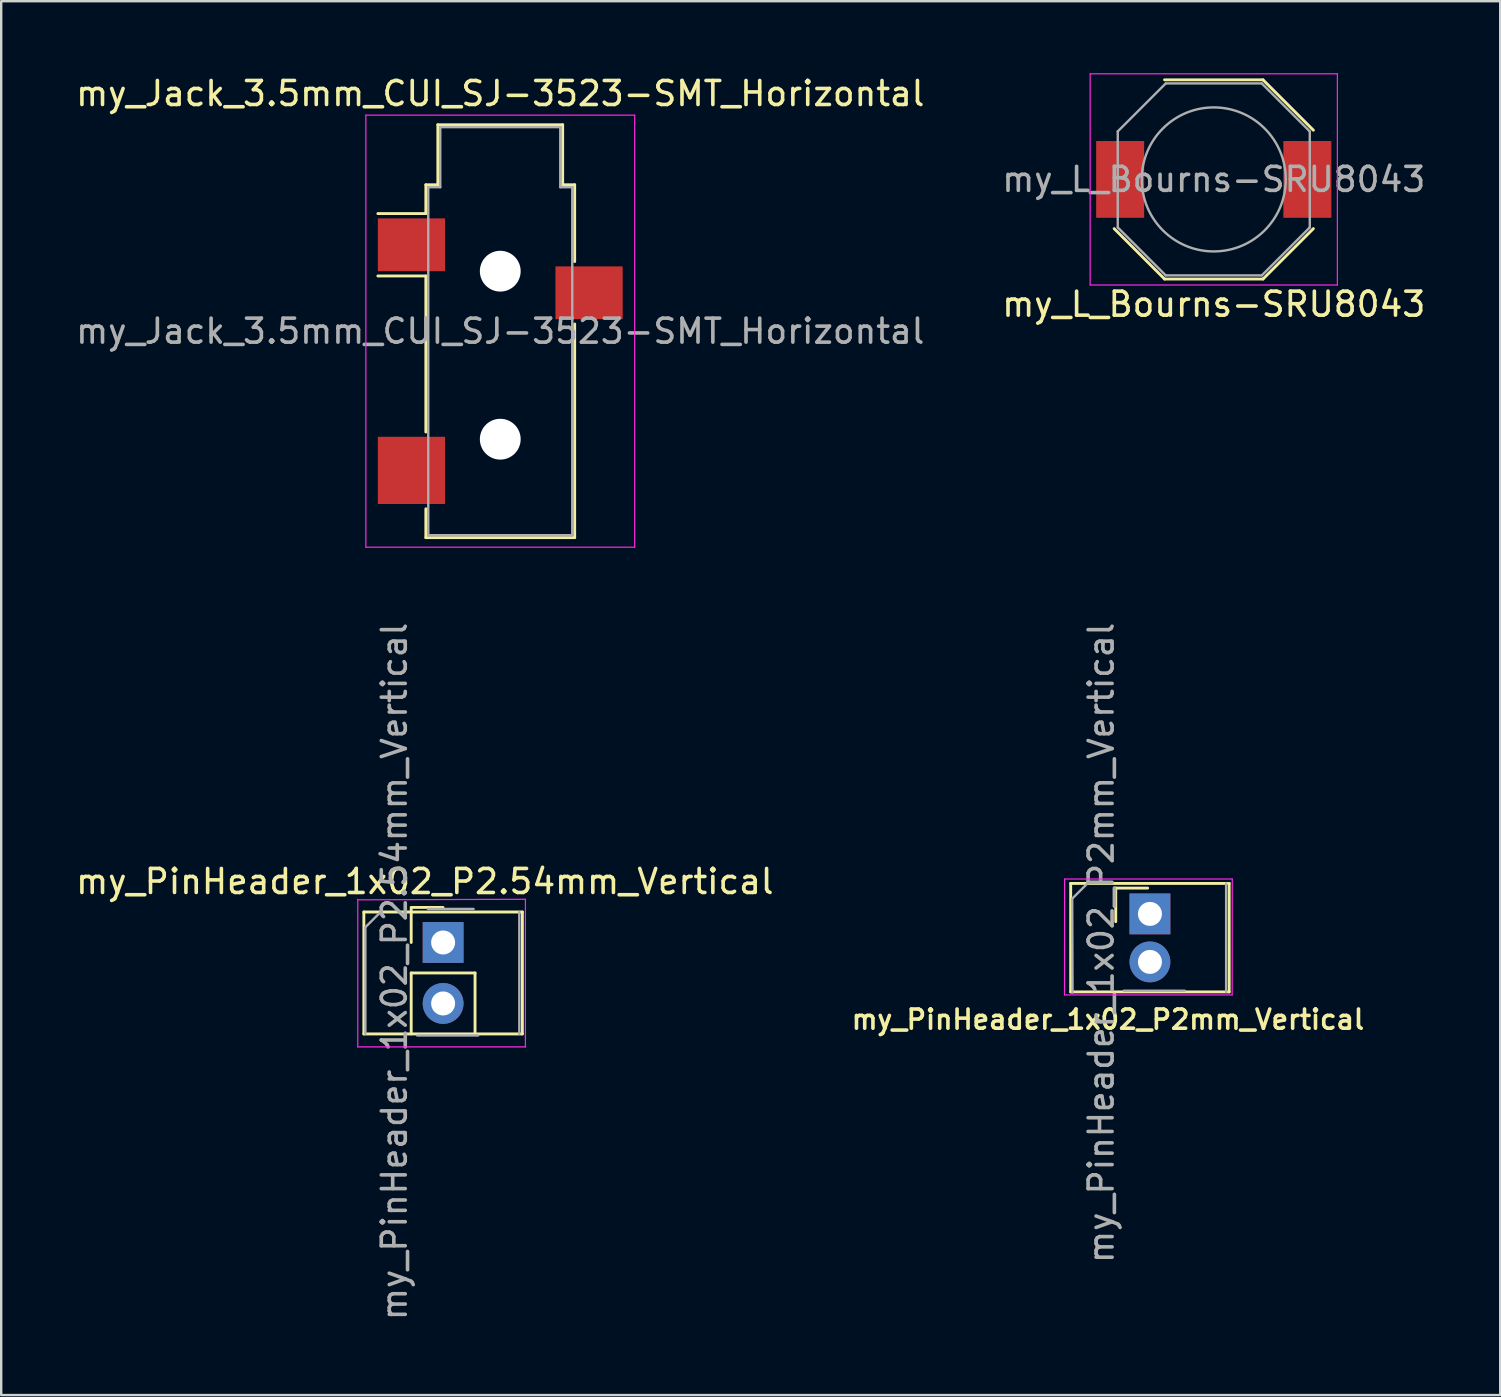
<source format=kicad_pcb>
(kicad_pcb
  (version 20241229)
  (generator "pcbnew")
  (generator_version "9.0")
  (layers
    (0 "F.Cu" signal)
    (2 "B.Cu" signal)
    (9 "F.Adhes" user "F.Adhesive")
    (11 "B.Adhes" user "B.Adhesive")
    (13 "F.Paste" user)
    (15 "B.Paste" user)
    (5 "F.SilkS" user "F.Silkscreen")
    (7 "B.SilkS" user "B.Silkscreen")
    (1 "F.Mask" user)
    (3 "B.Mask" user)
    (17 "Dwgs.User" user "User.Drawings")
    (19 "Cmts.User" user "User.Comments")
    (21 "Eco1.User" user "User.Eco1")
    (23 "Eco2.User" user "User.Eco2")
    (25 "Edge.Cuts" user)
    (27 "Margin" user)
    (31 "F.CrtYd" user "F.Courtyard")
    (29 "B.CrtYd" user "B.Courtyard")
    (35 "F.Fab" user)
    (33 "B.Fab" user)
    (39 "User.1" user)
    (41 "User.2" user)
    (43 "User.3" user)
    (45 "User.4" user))
  (footprint "my_L_Bourns-SRU8043"
    (layer "F.Cu")
    (at 47.518 4.425)
    (property "Reference" "my_L_Bourns-SRU8043" (at 0 5.2 0) (layer "F.SilkS") (effects (font (size 1 1) (thickness 0.15))))
    (attr smd)
    (fp_line (start -2.05 -4.15) (end 2.05 -4.15) (stroke (width 0.12) (type solid)) (layer "F.SilkS"))
    (fp_line (start -2.05 4.15) (end -4.15 2.05) (stroke (width 0.12) (type solid)) (layer "F.SilkS"))
    (fp_line (start 2.05 -4.15) (end 4.15 -2.05) (stroke (width 0.12) (type solid)) (layer "F.SilkS"))
    (fp_line (start 2.05 4.15) (end -2.05 4.15) (stroke (width 0.12) (type solid)) (layer "F.SilkS"))
    (fp_line (start 2.05 4.15) (end 4.15 2.05) (stroke (width 0.12) (type solid)) (layer "F.SilkS"))
    (fp_line (start -5.15 -4.4) (end 5.15 -4.4) (stroke (width 0.05) (type solid)) (layer "F.CrtYd"))
    (fp_line (start -5.15 4.4) (end -5.15 -4.4) (stroke (width 0.05) (type solid)) (layer "F.CrtYd"))
    (fp_line (start 5.15 -4.4) (end 5.15 4.4) (stroke (width 0.05) (type solid)) (layer "F.CrtYd"))
    (fp_line (start 5.15 4.4) (end -5.15 4.4) (stroke (width 0.05) (type solid)) (layer "F.CrtYd"))
    (fp_line (start -4 -2) (end -2 -4) (stroke (width 0.1) (type solid)) (layer "F.Fab"))
    (fp_line (start -4 2) (end -4 -2) (stroke (width 0.1) (type solid)) (layer "F.Fab"))
    (fp_line (start -2 -4) (end 2 -4) (stroke (width 0.1) (type solid)) (layer "F.Fab"))
    (fp_line (start -2 4) (end -4 2) (stroke (width 0.1) (type solid)) (layer "F.Fab"))
    (fp_line (start 2 -4) (end 4 -2) (stroke (width 0.1) (type solid)) (layer "F.Fab"))
    (fp_line (start 2 4) (end -2 4) (stroke (width 0.1) (type solid)) (layer "F.Fab"))
    (fp_line (start 4 -2) (end 4 2) (stroke (width 0.1) (type solid)) (layer "F.Fab"))
    (fp_line (start 4 2) (end 2 4) (stroke (width 0.1) (type solid)) (layer "F.Fab"))
    (fp_circle (center 0 0) (end 0 -3) (stroke (width 0.1) (type solid)) (fill no) (layer "F.Fab"))
    (fp_text user "${REFERENCE}" (at 0 0 0) (layer "F.Fab") (effects (font (size 1 1) (thickness 0.15))))
    (pad "1" smd rect (at -3.9 0) (size 2 3.2) (layers "F.Cu" "F.Mask" "F.Paste"))
    (pad "2" smd rect (at 3.9 0) (size 2 3.2) (layers "F.Cu" "F.Mask" "F.Paste")))
  (footprint "my_PinHeader_1x02_P2.54mm_Vertical"
    (layer "F.Cu")
    (at 15.411 36.216)
    (property "Reference" "my_PinHeader_1x02_P2.54mm_Vertical" (at -0.762 -2.54 0) (layer "F.SilkS") (effects (font (size 1 1) (thickness 0.15))))
    (attr through_hole)
    (fp_line (start -3.302 -1.27) (end -3.302 3.81) (stroke (width 0.12) (type solid)) (layer "F.SilkS"))
    (fp_line (start -1.333 -1.46) (end -0.004 -1.46) (stroke (width 0.12) (type solid)) (layer "F.SilkS"))
    (fp_line (start -1.33 0) (end -1.33 -1.397) (stroke (width 0.12) (type solid)) (layer "F.SilkS"))
    (fp_line (start -1.33 1.27) (end -1.33 3.81) (stroke (width 0.12) (type solid)) (layer "F.SilkS"))
    (fp_line (start -1.33 1.27) (end 1.33 1.27) (stroke (width 0.12) (type solid)) (layer "F.SilkS"))
    (fp_line (start 1.33 1.27) (end 1.33 3.81) (stroke (width 0.12) (type solid)) (layer "F.SilkS"))
    (fp_line (start 3.302 -1.27) (end -3.302 -1.27) (stroke (width 0.12) (type solid)) (layer "F.SilkS"))
    (fp_line (start 3.302 -1.27) (end 3.302 3.81) (stroke (width 0.12) (type solid)) (layer "F.SilkS"))
    (fp_line (start 3.302 3.81) (end -3.302 3.81) (stroke (width 0.12) (type solid)) (layer "F.SilkS"))
    (fp_line (start -3.556 -1.8) (end -3.556 4.35) (stroke (width 0.05) (type solid)) (layer "F.CrtYd"))
    (fp_line (start -3.556 4.35) (end 3.429 4.35) (stroke (width 0.05) (type solid)) (layer "F.CrtYd"))
    (fp_line (start 3.429 -1.8) (end -3.556 -1.778) (stroke (width 0.05) (type solid)) (layer "F.CrtYd"))
    (fp_line (start 3.429 4.35) (end 3.429 -1.8) (stroke (width 0.05) (type solid)) (layer "F.CrtYd"))
    (fp_line (start -3.239 -0.635) (end -2.603 -1.27) (stroke (width 0.1) (type solid)) (layer "F.Fab"))
    (fp_line (start -3.239 3.81) (end -3.239 -0.635) (stroke (width 0.1) (type solid)) (layer "F.Fab"))
    (fp_line (start -0.635 -1.397) (end 1.27 -1.397) (stroke (width 0.1) (type solid)) (layer "F.Fab"))
    (fp_line (start 1.46 3.873) (end -1.079 3.873) (stroke (width 0.1) (type solid)) (layer "F.Fab"))
    (fp_line (start 3.175 -1.27) (end 3.175 3.81) (stroke (width 0.1) (type solid)) (layer "F.Fab"))
    (fp_text user "${REFERENCE}" (at -2.032 1.206 90) (layer "F.Fab") (effects (font (size 1 1) (thickness 0.15))))
    (pad "1" thru_hole rect (at 0 0) (size 1.7 1.7) (drill 1) (layers "*.Cu" "*.Mask"))
    (pad "2" thru_hole oval (at 0 2.54) (size 1.7 1.7) (drill 1) (layers "*.Cu" "*.Mask")))
  (footprint "my_PinHeader_1x02_P2mm_Vertical"
    (layer "F.Cu")
    (at 44.859 35.025)
    (property "Reference" "my_PinHeader_1x02_P2mm_Vertical" (at -1.75 4.4 0) (layer "F.SilkS") (effects (font (size 0.8 0.8) (thickness 0.15))))
    (attr through_hole)
    (fp_line (start -3.302 -1.27) (end -3.302 3.25) (stroke (width 0.12) (type solid)) (layer "F.SilkS"))
    (fp_line (start -1.425 -1.075) (end -0.095 -1.075) (stroke (width 0.12) (type solid)) (layer "F.SilkS"))
    (fp_line (start -1.425 0.322) (end -1.425 -1.075) (stroke (width 0.12) (type solid)) (layer "F.SilkS"))
    (fp_line (start 3.302 -1.27) (end -3.302 -1.27) (stroke (width 0.12) (type solid)) (layer "F.SilkS"))
    (fp_line (start 3.302 -1.27) (end 3.302 3.25) (stroke (width 0.12) (type solid)) (layer "F.SilkS"))
    (fp_line (start 3.302 3.25) (end -3.302 3.25) (stroke (width 0.12) (type solid)) (layer "F.SilkS"))
    (fp_line (start -3.56 3.375) (end 3.425 3.375) (stroke (width 0.05) (type solid)) (layer "F.CrtYd"))
    (fp_line (start -3.556 -1.453) (end -3.56 3.375) (stroke (width 0.05) (type solid)) (layer "F.CrtYd"))
    (fp_line (start 3.425 3.375) (end 3.429 -1.453) (stroke (width 0.05) (type solid)) (layer "F.CrtYd"))
    (fp_line (start 3.429 -1.453) (end -3.556 -1.453) (stroke (width 0.05) (type solid)) (layer "F.CrtYd"))
    (fp_line (start -3.239 -0.635) (end -2.603 -1.27) (stroke (width 0.1) (type solid)) (layer "F.Fab"))
    (fp_line (start -3.225 3.275) (end -3.239 -0.635) (stroke (width 0.1) (type solid)) (layer "F.Fab"))
    (fp_line (start 1.45 3.2) (end -1.09 3.2) (stroke (width 0.1) (type solid)) (layer "F.Fab"))
    (fp_line (start 3.175 -1.27) (end 3.175 3.25) (stroke (width 0.1) (type solid)) (layer "F.Fab"))
    (fp_text user "${REFERENCE}" (at -2.032 1.206 90) (layer "F.Fab") (effects (font (size 1 1) (thickness 0.15))))
    (pad "1" thru_hole rect (at 0 0) (size 1.7 1.7) (drill 1) (layers "*.Cu" "*.Mask"))
    (pad "2" thru_hole oval (at 0 2) (size 1.7 1.7) (drill 1) (layers "*.Cu" "*.Mask")))
  (footprint "my_Jack_3.5mm_CUI_SJ-3523-SMT_Horizontal"
    (layer "F.Cu")
    (at 17.792 10.748)
    (property "Reference" "my_Jack_3.5mm_CUI_SJ-3523-SMT_Horizontal" (at 0 -9.9 0) (layer "F.SilkS") (effects (font (size 1 1) (thickness 0.15))))
    (attr smd)
    (fp_line (start -3.1 -6.1) (end -2.6 -6.1) (stroke (width 0.12) (type solid)) (layer "F.SilkS"))
    (fp_line (start -3.1 -4.9) (end -5.1 -4.9) (stroke (width 0.12) (type solid)) (layer "F.SilkS"))
    (fp_line (start -3.1 -4.9) (end -3.1 -6.1) (stroke (width 0.12) (type solid)) (layer "F.SilkS"))
    (fp_line (start -3.1 -2.3) (end -5.1 -2.3) (stroke (width 0.12) (type solid)) (layer "F.SilkS"))
    (fp_line (start -3.1 4.2) (end -3.1 -2.3) (stroke (width 0.12) (type solid)) (layer "F.SilkS"))
    (fp_line (start -3.1 8.6) (end -3.1 7.4) (stroke (width 0.12) (type solid)) (layer "F.SilkS"))
    (fp_line (start -2.6 -8.6) (end 2.6 -8.6) (stroke (width 0.12) (type solid)) (layer "F.SilkS"))
    (fp_line (start -2.6 -6.1) (end -2.6 -8.6) (stroke (width 0.12) (type solid)) (layer "F.SilkS"))
    (fp_line (start 2.6 -8.6) (end 2.6 -6.1) (stroke (width 0.12) (type solid)) (layer "F.SilkS"))
    (fp_line (start 2.6 -6.1) (end 3.1 -6.1) (stroke (width 0.12) (type solid)) (layer "F.SilkS"))
    (fp_line (start 3.1 -6.1) (end 3.1 -2.9) (stroke (width 0.12) (type solid)) (layer "F.SilkS"))
    (fp_line (start 3.1 -0.3) (end 3.1 8.6) (stroke (width 0.12) (type solid)) (layer "F.SilkS"))
    (fp_line (start 3.1 8.6) (end -3.1 8.6) (stroke (width 0.12) (type solid)) (layer "F.SilkS"))
    (fp_line (start -5.6 -9) (end 5.6 -9) (stroke (width 0.05) (type solid)) (layer "F.CrtYd"))
    (fp_line (start -5.6 9) (end -5.6 -9) (stroke (width 0.05) (type solid)) (layer "F.CrtYd"))
    (fp_line (start 5.6 -9) (end 5.6 9) (stroke (width 0.05) (type solid)) (layer "F.CrtYd"))
    (fp_line (start 5.6 9) (end -5.6 9) (stroke (width 0.05) (type solid)) (layer "F.CrtYd"))
    (fp_line (start -3 -6) (end -2.5 -6) (stroke (width 0.1) (type solid)) (layer "F.Fab"))
    (fp_line (start -3 8.5) (end -3 -6) (stroke (width 0.1) (type solid)) (layer "F.Fab"))
    (fp_line (start -2.5 -8.5) (end 2.5 -8.5) (stroke (width 0.1) (type solid)) (layer "F.Fab"))
    (fp_line (start -2.5 -6) (end -2.5 -8.5) (stroke (width 0.1) (type solid)) (layer "F.Fab"))
    (fp_line (start 2.5 -8.5) (end 2.5 -6) (stroke (width 0.1) (type solid)) (layer "F.Fab"))
    (fp_line (start 2.5 -6) (end 3 -6) (stroke (width 0.1) (type solid)) (layer "F.Fab"))
    (fp_line (start 3 -6) (end 3 8.5) (stroke (width 0.1) (type solid)) (layer "F.Fab"))
    (fp_line (start 3 8.5) (end -3 8.5) (stroke (width 0.1) (type solid)) (layer "F.Fab"))
    (fp_text user "${REFERENCE}" (at 0 0 0) (layer "F.Fab") (effects (font (size 1 1) (thickness 0.15))))
    (pad "" np_thru_hole circle (at 0 -2.5) (size 1.7 1.7) (drill 1.7) (layers "*.Cu" "*.Mask"))
    (pad "" np_thru_hole circle (at 0 4.5) (size 1.7 1.7) (drill 1.7) (layers "*.Cu" "*.Mask"))
    (pad "R" smd rect (at 3.7 -1.6) (size 2.8 2.2) (layers "F.Cu" "F.Mask" "F.Paste"))
    (pad "S" smd rect (at -3.7 -3.6) (size 2.8 2.2) (layers "F.Cu" "F.Mask" "F.Paste"))
    (pad "T" smd rect (at -3.7 5.8) (size 2.8 2.8) (layers "F.Cu" "F.Mask" "F.Paste")))
  (gr_rect
    (start -3 -3)
    (end 59.452 55.071)
    (stroke (width 0.1) (type default))
    (fill no)
    (layer "Edge.Cuts")))
</source>
